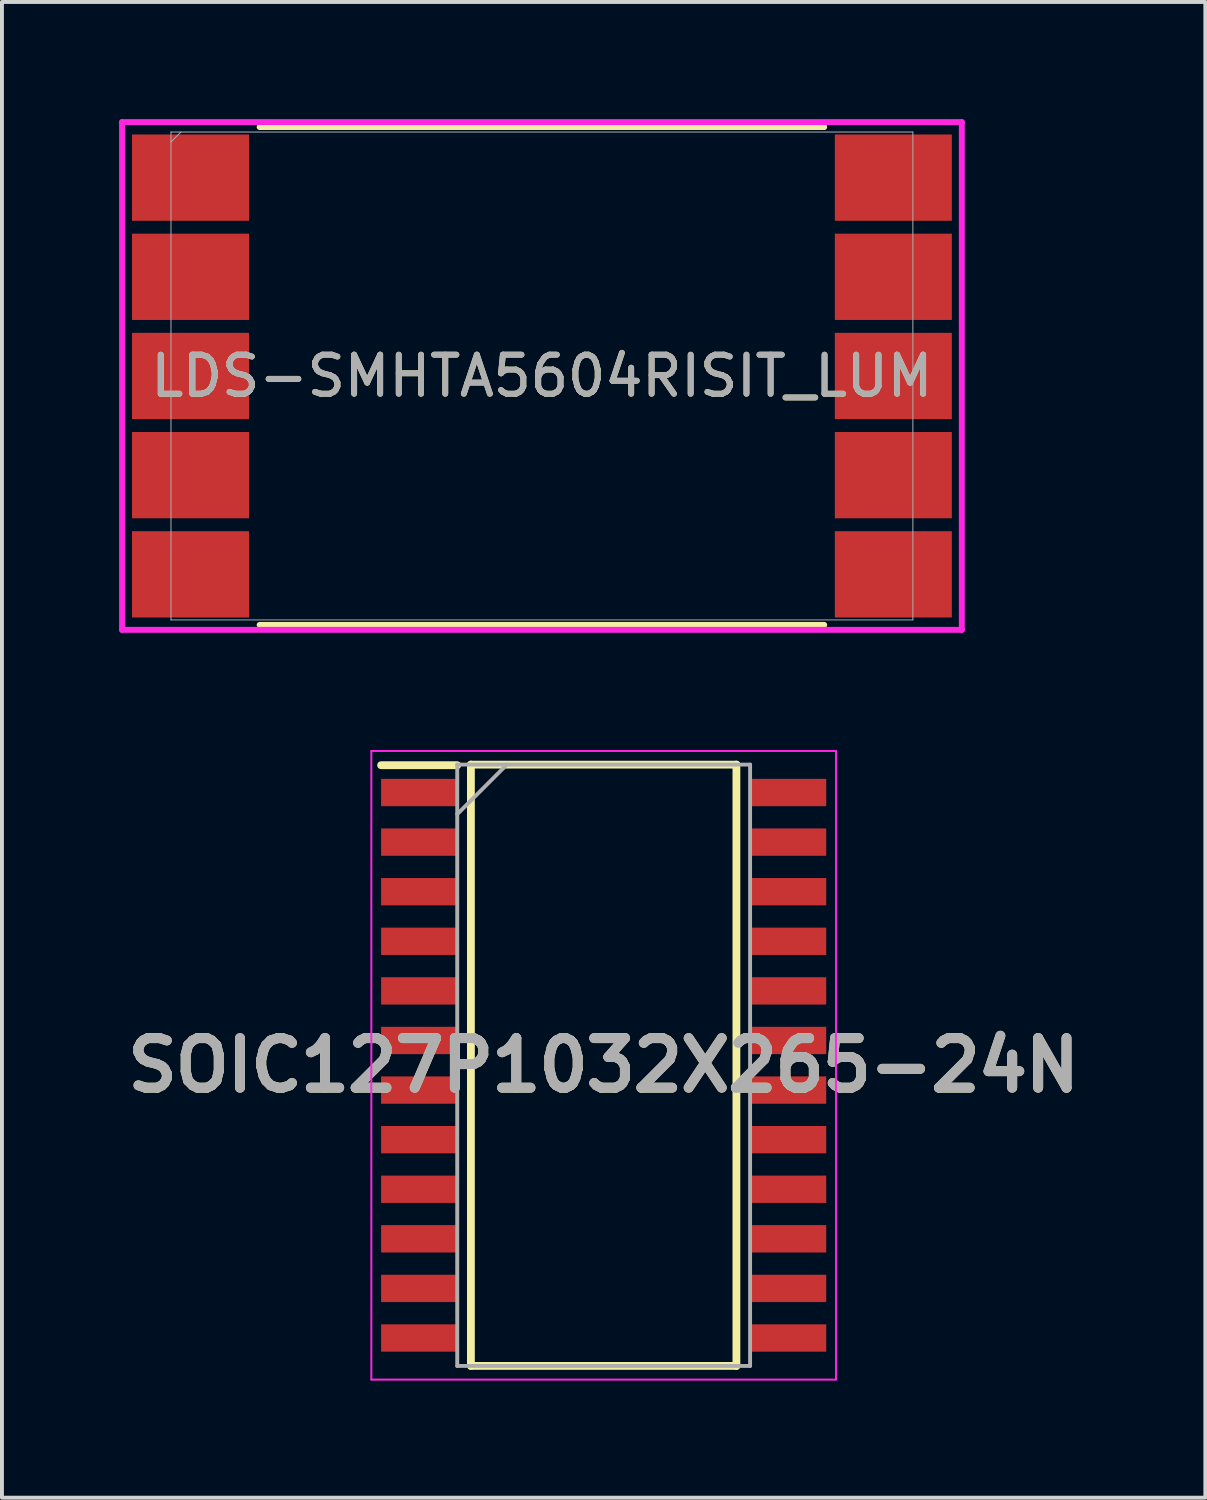
<source format=kicad_pcb>
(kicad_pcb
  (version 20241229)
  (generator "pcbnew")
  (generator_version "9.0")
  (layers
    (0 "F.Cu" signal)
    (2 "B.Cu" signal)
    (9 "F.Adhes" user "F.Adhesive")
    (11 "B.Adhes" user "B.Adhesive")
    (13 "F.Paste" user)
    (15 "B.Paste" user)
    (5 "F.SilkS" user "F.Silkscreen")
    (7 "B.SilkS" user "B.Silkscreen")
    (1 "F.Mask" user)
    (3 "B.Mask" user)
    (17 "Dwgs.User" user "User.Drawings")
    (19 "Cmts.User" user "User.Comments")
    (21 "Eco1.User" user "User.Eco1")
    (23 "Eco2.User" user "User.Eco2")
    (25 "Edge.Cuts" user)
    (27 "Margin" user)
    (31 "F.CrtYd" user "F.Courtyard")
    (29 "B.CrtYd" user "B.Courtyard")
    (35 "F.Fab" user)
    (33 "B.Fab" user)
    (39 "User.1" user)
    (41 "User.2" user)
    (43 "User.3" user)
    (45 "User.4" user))
  (footprint "SOIC127P1032X265-24N"
    (layer "F.Cu")
    (at 12.41 24.232)
    (property "Reference" "SOIC127P1032X265-24N" (at 0 0 0) (layer "F.SilkS") (effects (font (size 1.27 1.27) (thickness 0.254))))
    (attr smd)
    (fp_line (start -5.7 -7.685) (end -3.75 -7.685) (stroke (width 0.2) (type solid)) (layer "F.SilkS"))
    (fp_line (start -3.4 -7.7) (end 3.4 -7.7) (stroke (width 0.2) (type solid)) (layer "F.SilkS"))
    (fp_line (start -3.4 7.7) (end -3.4 -7.7) (stroke (width 0.2) (type solid)) (layer "F.SilkS"))
    (fp_line (start 3.4 -7.7) (end 3.4 7.7) (stroke (width 0.2) (type solid)) (layer "F.SilkS"))
    (fp_line (start 3.4 7.7) (end -3.4 7.7) (stroke (width 0.2) (type solid)) (layer "F.SilkS"))
    (fp_line (start -5.95 -8.05) (end 5.95 -8.05) (stroke (width 0.05) (type solid)) (layer "F.CrtYd"))
    (fp_line (start -5.95 8.05) (end -5.95 -8.05) (stroke (width 0.05) (type solid)) (layer "F.CrtYd"))
    (fp_line (start 5.95 -8.05) (end 5.95 8.05) (stroke (width 0.05) (type solid)) (layer "F.CrtYd"))
    (fp_line (start 5.95 8.05) (end -5.95 8.05) (stroke (width 0.05) (type solid)) (layer "F.CrtYd"))
    (fp_line (start -3.75 -7.7) (end 3.75 -7.7) (stroke (width 0.1) (type solid)) (layer "F.Fab"))
    (fp_line (start -3.75 -6.43) (end -2.48 -7.7) (stroke (width 0.1) (type solid)) (layer "F.Fab"))
    (fp_line (start -3.75 7.7) (end -3.75 -7.7) (stroke (width 0.1) (type solid)) (layer "F.Fab"))
    (fp_line (start 3.75 -7.7) (end 3.75 7.7) (stroke (width 0.1) (type solid)) (layer "F.Fab"))
    (fp_line (start 3.75 7.7) (end -3.75 7.7) (stroke (width 0.1) (type solid)) (layer "F.Fab"))
    (fp_text user "${REFERENCE}" (at 0 0 0) (layer "F.Fab") (effects (font (size 1.27 1.27) (thickness 0.254))))
    (pad "1" smd rect (at -4.725 -6.985 90) (size 0.7 1.95) (layers "F.Cu" "F.Mask" "F.Paste"))
    (pad "2" smd rect (at -4.725 -5.715 90) (size 0.7 1.95) (layers "F.Cu" "F.Mask" "F.Paste"))
    (pad "3" smd rect (at -4.725 -4.445 90) (size 0.7 1.95) (layers "F.Cu" "F.Mask" "F.Paste"))
    (pad "4" smd rect (at -4.725 -3.175 90) (size 0.7 1.95) (layers "F.Cu" "F.Mask" "F.Paste"))
    (pad "5" smd rect (at -4.725 -1.905 90) (size 0.7 1.95) (layers "F.Cu" "F.Mask" "F.Paste"))
    (pad "6" smd rect (at -4.725 -0.635 90) (size 0.7 1.95) (layers "F.Cu" "F.Mask" "F.Paste"))
    (pad "7" smd rect (at -4.725 0.635 90) (size 0.7 1.95) (layers "F.Cu" "F.Mask" "F.Paste"))
    (pad "8" smd rect (at -4.725 1.905 90) (size 0.7 1.95) (layers "F.Cu" "F.Mask" "F.Paste"))
    (pad "9" smd rect (at -4.725 3.175 90) (size 0.7 1.95) (layers "F.Cu" "F.Mask" "F.Paste"))
    (pad "10" smd rect (at -4.725 4.445 90) (size 0.7 1.95) (layers "F.Cu" "F.Mask" "F.Paste"))
    (pad "11" smd rect (at -4.725 5.715 90) (size 0.7 1.95) (layers "F.Cu" "F.Mask" "F.Paste"))
    (pad "12" smd rect (at -4.725 6.985 90) (size 0.7 1.95) (layers "F.Cu" "F.Mask" "F.Paste"))
    (pad "13" smd rect (at 4.725 6.985 90) (size 0.7 1.95) (layers "F.Cu" "F.Mask" "F.Paste"))
    (pad "14" smd rect (at 4.725 5.715 90) (size 0.7 1.95) (layers "F.Cu" "F.Mask" "F.Paste"))
    (pad "15" smd rect (at 4.725 4.445 90) (size 0.7 1.95) (layers "F.Cu" "F.Mask" "F.Paste"))
    (pad "16" smd rect (at 4.725 3.175 90) (size 0.7 1.95) (layers "F.Cu" "F.Mask" "F.Paste"))
    (pad "17" smd rect (at 4.725 1.905 90) (size 0.7 1.95) (layers "F.Cu" "F.Mask" "F.Paste"))
    (pad "18" smd rect (at 4.725 0.635 90) (size 0.7 1.95) (layers "F.Cu" "F.Mask" "F.Paste"))
    (pad "19" smd rect (at 4.725 -0.635 90) (size 0.7 1.95) (layers "F.Cu" "F.Mask" "F.Paste"))
    (pad "20" smd rect (at 4.725 -1.905 90) (size 0.7 1.95) (layers "F.Cu" "F.Mask" "F.Paste"))
    (pad "21" smd rect (at 4.725 -3.175 90) (size 0.7 1.95) (layers "F.Cu" "F.Mask" "F.Paste"))
    (pad "22" smd rect (at 4.725 -4.445 90) (size 0.7 1.95) (layers "F.Cu" "F.Mask" "F.Paste"))
    (pad "23" smd rect (at 4.725 -5.715 90) (size 0.7 1.95) (layers "F.Cu" "F.Mask" "F.Paste"))
    (pad "24" smd rect (at 4.725 -6.985 90) (size 0.7 1.95) (layers "F.Cu" "F.Mask" "F.Paste")))
  (footprint "LDS-SMHTA5604RISIT_LUM"
    (layer "F.Cu")
    (at 10.829 6.579)
    (property "Reference" "LDS-SMHTA5604RISIT_LUM" (at 0 0 0) (unlocked yes) (layer "F.SilkS") (effects (font (size 1 1) (thickness 0.15))))
    (attr smd)
    (fp_line (start -7.229 6.375) (end 7.229 6.375) (stroke (width 0.152) (type solid)) (layer "F.SilkS"))
    (fp_line (start 7.229 -6.375) (end -7.229 -6.375) (stroke (width 0.152) (type solid)) (layer "F.SilkS"))
    (fp_line (start -10.753 -6.502) (end 10.753 -6.502) (stroke (width 0.152) (type solid)) (layer "F.CrtYd"))
    (fp_line (start -10.753 6.502) (end -10.753 -6.502) (stroke (width 0.152) (type solid)) (layer "F.CrtYd"))
    (fp_line (start 10.753 -6.502) (end 10.753 6.502) (stroke (width 0.152) (type solid)) (layer "F.CrtYd"))
    (fp_line (start 10.753 6.502) (end -10.753 6.502) (stroke (width 0.152) (type solid)) (layer "F.CrtYd"))
    (fp_line (start -9.5 -6.248) (end -9.5 6.248) (stroke (width 0.025) (type solid)) (layer "F.Fab"))
    (fp_line (start -9.5 6.248) (end 9.5 6.248) (stroke (width 0.025) (type solid)) (layer "F.Fab"))
    (fp_line (start -9.246 -6.248) (end -9.5 -5.994) (stroke (width 0.025) (type solid)) (layer "F.Fab"))
    (fp_line (start 9.5 -6.248) (end -9.5 -6.248) (stroke (width 0.025) (type solid)) (layer "F.Fab"))
    (fp_line (start 9.5 6.248) (end 9.5 -6.248) (stroke (width 0.025) (type solid)) (layer "F.Fab"))
    (fp_text user "${REFERENCE}" (at 0 0 0) (unlocked yes) (layer "F.Fab") (effects (font (size 1 1) (thickness 0.15))))
    (pad "1" smd rect (at -9 -5.08) (size 2.997 2.21) (layers "F.Cu" "F.Mask" "F.Paste"))
    (pad "2" smd rect (at -9 -2.54) (size 2.997 2.21) (layers "F.Cu" "F.Mask" "F.Paste"))
    (pad "3" smd rect (at -9 0) (size 2.997 2.21) (layers "F.Cu" "F.Mask" "F.Paste"))
    (pad "4" smd rect (at -9 2.54) (size 2.997 2.21) (layers "F.Cu" "F.Mask" "F.Paste"))
    (pad "5" smd rect (at -9 5.08) (size 2.997 2.21) (layers "F.Cu" "F.Mask" "F.Paste"))
    (pad "6" smd rect (at 9 5.08) (size 2.997 2.21) (layers "F.Cu" "F.Mask" "F.Paste"))
    (pad "7" smd rect (at 9 2.54) (size 2.997 2.21) (layers "F.Cu" "F.Mask" "F.Paste"))
    (pad "8" smd rect (at 9 0) (size 2.997 2.21) (layers "F.Cu" "F.Mask" "F.Paste"))
    (pad "9" smd rect (at 9 -2.54) (size 2.997 2.21) (layers "F.Cu" "F.Mask" "F.Paste"))
    (pad "10" smd rect (at 9 -5.08) (size 2.997 2.21) (layers "F.Cu" "F.Mask" "F.Paste")))
  (gr_rect
    (start -3 -3)
    (end 27.819 35.307)
    (stroke (width 0.1) (type default))
    (fill no)
    (layer "Edge.Cuts")))
</source>
